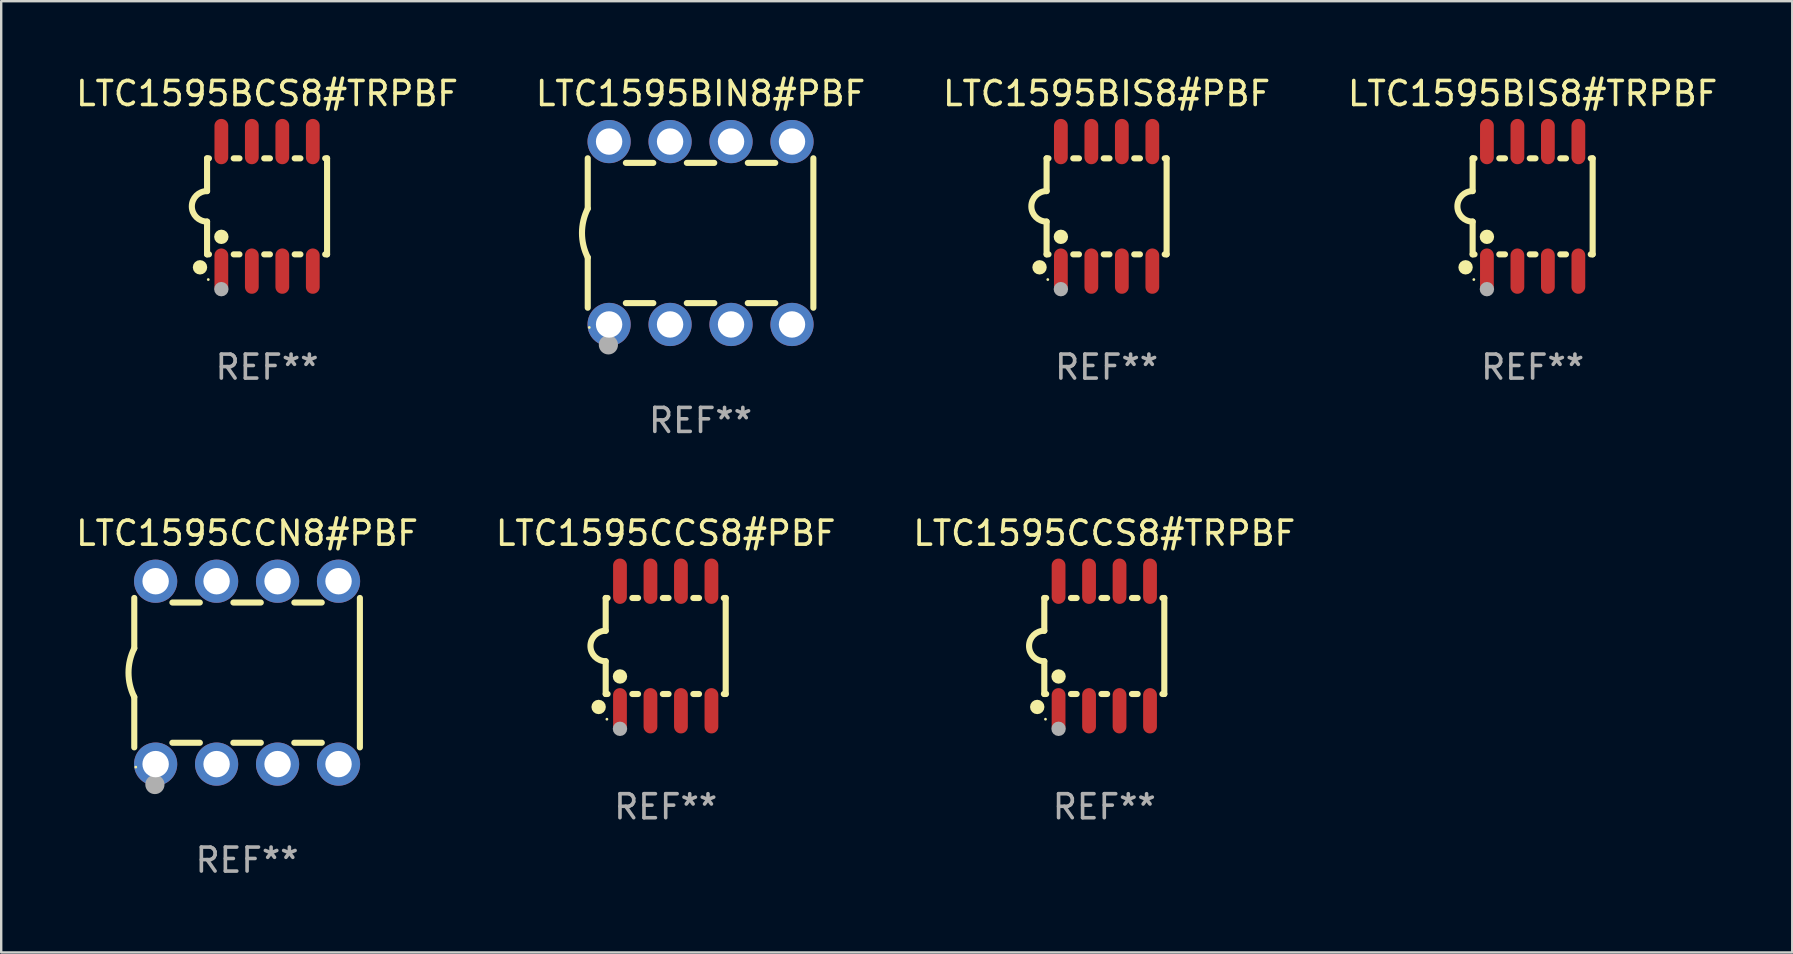
<source format=kicad_pcb>
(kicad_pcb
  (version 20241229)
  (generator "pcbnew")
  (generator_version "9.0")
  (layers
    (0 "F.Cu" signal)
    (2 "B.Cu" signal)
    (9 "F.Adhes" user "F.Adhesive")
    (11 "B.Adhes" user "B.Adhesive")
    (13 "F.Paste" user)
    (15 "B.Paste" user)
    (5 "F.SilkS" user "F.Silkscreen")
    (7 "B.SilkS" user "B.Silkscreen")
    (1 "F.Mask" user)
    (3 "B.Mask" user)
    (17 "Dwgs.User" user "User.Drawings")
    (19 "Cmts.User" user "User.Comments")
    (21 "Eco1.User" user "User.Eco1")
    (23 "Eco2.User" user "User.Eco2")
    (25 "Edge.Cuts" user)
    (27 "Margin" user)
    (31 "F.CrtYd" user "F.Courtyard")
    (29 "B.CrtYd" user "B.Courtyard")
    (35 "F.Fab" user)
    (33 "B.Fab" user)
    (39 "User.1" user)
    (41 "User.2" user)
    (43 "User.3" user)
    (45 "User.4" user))
  (footprint "LTC1595CCS8#TRPBF"
    (layer "F.Cu")
    (at 42.958 23.864)
    (property "Reference" "LTC1595CCS8#TRPBF" (at 0 -4.699 0) (layer "F.SilkS") (effects (font (size 1 1) (thickness 0.15))))
    (attr through_hole)
    (fp_line (start -2.5 -2) (end -2.5 -0.635) (stroke (width 0.254) (type solid)) (layer "F.SilkS"))
    (fp_line (start -2.5 -2) (end -2.421 -2) (stroke (width 0.254) (type solid)) (layer "F.SilkS"))
    (fp_line (start -2.5 2) (end -2.5 0.635) (stroke (width 0.254) (type solid)) (layer "F.SilkS"))
    (fp_line (start -2.5 2) (end -2.421 2) (stroke (width 0.254) (type solid)) (layer "F.SilkS"))
    (fp_line (start -1.389 -2) (end -1.151 -2) (stroke (width 0.254) (type solid)) (layer "F.SilkS"))
    (fp_line (start -1.389 2) (end -1.151 2) (stroke (width 0.254) (type solid)) (layer "F.SilkS"))
    (fp_line (start -0.119 -2) (end 0.119 -2) (stroke (width 0.254) (type solid)) (layer "F.SilkS"))
    (fp_line (start -0.119 2) (end 0.119 2) (stroke (width 0.254) (type solid)) (layer "F.SilkS"))
    (fp_line (start 1.151 -2) (end 1.389 -2) (stroke (width 0.254) (type solid)) (layer "F.SilkS"))
    (fp_line (start 1.151 2) (end 1.389 2) (stroke (width 0.254) (type solid)) (layer "F.SilkS"))
    (fp_line (start 2.421 -2) (end 2.5 -2) (stroke (width 0.254) (type solid)) (layer "F.SilkS"))
    (fp_line (start 2.421 2) (end 2.5 2) (stroke (width 0.254) (type solid)) (layer "F.SilkS"))
    (fp_line (start 2.5 -2) (end 2.5 2) (stroke (width 0.254) (type solid)) (layer "F.SilkS"))
    (fp_arc (start -2.5 0.635001) (mid -3.134366 -0.000318) (end -2.499365 -0.635001) (stroke (width 0.254001) (type solid)) (layer "F.SilkS"))
    (fp_circle (center -2.794 2.54) (end -2.644 2.54) (stroke (width 0.3) (type solid)) (fill no) (layer "F.SilkS"))
    (fp_circle (center -2.45 3.05) (end -2.42 3.05) (stroke (width 0.06) (type solid)) (fill no) (layer "F.SilkS"))
    (fp_circle (center -1.905 1.27) (end -1.755 1.27) (stroke (width 0.3) (type solid)) (fill no) (layer "F.SilkS"))
    (fp_circle (center -1.905 3.45) (end -1.755 3.45) (stroke (width 0.3) (type solid)) (fill no) (layer "F.Fab"))
    (fp_text user "REF**" (at 0 6.699 0) (layer "F.Fab") (effects (font (size 1 1) (thickness 0.15))))
    (pad "1" smd oval (at -1.905 2.699) (size 0.574 1.888) (layers "F.Cu" "F.Mask" "F.Paste"))
    (pad "2" smd oval (at -0.635 2.699) (size 0.574 1.888) (layers "F.Cu" "F.Mask" "F.Paste"))
    (pad "3" smd oval (at 0.635 2.699) (size 0.574 1.888) (layers "F.Cu" "F.Mask" "F.Paste"))
    (pad "4" smd oval (at 1.905 2.699) (size 0.574 1.888) (layers "F.Cu" "F.Mask" "F.Paste"))
    (pad "5" smd oval (at 1.905 -2.699) (size 0.574 1.888) (layers "F.Cu" "F.Mask" "F.Paste"))
    (pad "6" smd oval (at 0.635 -2.699) (size 0.574 1.888) (layers "F.Cu" "F.Mask" "F.Paste"))
    (pad "7" smd oval (at -0.635 -2.699) (size 0.574 1.888) (layers "F.Cu" "F.Mask" "F.Paste"))
    (pad "8" smd oval (at -1.905 -2.699) (size 0.574 1.888) (layers "F.Cu" "F.Mask" "F.Paste")))
  (footprint "LTC1595BCS8#TRPBF"
    (layer "F.Cu")
    (at 8.077 5.547)
    (property "Reference" "LTC1595BCS8#TRPBF" (at 0 -4.699 0) (layer "F.SilkS") (effects (font (size 1 1) (thickness 0.15))))
    (attr through_hole)
    (fp_line (start -2.5 -2) (end -2.5 -0.635) (stroke (width 0.254) (type solid)) (layer "F.SilkS"))
    (fp_line (start -2.5 -2) (end -2.421 -2) (stroke (width 0.254) (type solid)) (layer "F.SilkS"))
    (fp_line (start -2.5 2) (end -2.5 0.635) (stroke (width 0.254) (type solid)) (layer "F.SilkS"))
    (fp_line (start -2.5 2) (end -2.421 2) (stroke (width 0.254) (type solid)) (layer "F.SilkS"))
    (fp_line (start -1.389 -2) (end -1.151 -2) (stroke (width 0.254) (type solid)) (layer "F.SilkS"))
    (fp_line (start -1.389 2) (end -1.151 2) (stroke (width 0.254) (type solid)) (layer "F.SilkS"))
    (fp_line (start -0.119 -2) (end 0.119 -2) (stroke (width 0.254) (type solid)) (layer "F.SilkS"))
    (fp_line (start -0.119 2) (end 0.119 2) (stroke (width 0.254) (type solid)) (layer "F.SilkS"))
    (fp_line (start 1.151 -2) (end 1.389 -2) (stroke (width 0.254) (type solid)) (layer "F.SilkS"))
    (fp_line (start 1.151 2) (end 1.389 2) (stroke (width 0.254) (type solid)) (layer "F.SilkS"))
    (fp_line (start 2.421 -2) (end 2.5 -2) (stroke (width 0.254) (type solid)) (layer "F.SilkS"))
    (fp_line (start 2.421 2) (end 2.5 2) (stroke (width 0.254) (type solid)) (layer "F.SilkS"))
    (fp_line (start 2.5 -2) (end 2.5 2) (stroke (width 0.254) (type solid)) (layer "F.SilkS"))
    (fp_arc (start -2.5 0.635001) (mid -3.134366 -0.000318) (end -2.499365 -0.635001) (stroke (width 0.254001) (type solid)) (layer "F.SilkS"))
    (fp_circle (center -2.794 2.54) (end -2.644 2.54) (stroke (width 0.3) (type solid)) (fill no) (layer "F.SilkS"))
    (fp_circle (center -2.45 3.05) (end -2.42 3.05) (stroke (width 0.06) (type solid)) (fill no) (layer "F.SilkS"))
    (fp_circle (center -1.905 1.27) (end -1.755 1.27) (stroke (width 0.3) (type solid)) (fill no) (layer "F.SilkS"))
    (fp_circle (center -1.905 3.45) (end -1.755 3.45) (stroke (width 0.3) (type solid)) (fill no) (layer "F.Fab"))
    (fp_text user "REF**" (at 0 6.699 0) (layer "F.Fab") (effects (font (size 1 1) (thickness 0.15))))
    (pad "1" smd oval (at -1.905 2.699) (size 0.574 1.888) (layers "F.Cu" "F.Mask" "F.Paste"))
    (pad "2" smd oval (at -0.635 2.699) (size 0.574 1.888) (layers "F.Cu" "F.Mask" "F.Paste"))
    (pad "3" smd oval (at 0.635 2.699) (size 0.574 1.888) (layers "F.Cu" "F.Mask" "F.Paste"))
    (pad "4" smd oval (at 1.905 2.699) (size 0.574 1.888) (layers "F.Cu" "F.Mask" "F.Paste"))
    (pad "5" smd oval (at 1.905 -2.699) (size 0.574 1.888) (layers "F.Cu" "F.Mask" "F.Paste"))
    (pad "6" smd oval (at 0.635 -2.699) (size 0.574 1.888) (layers "F.Cu" "F.Mask" "F.Paste"))
    (pad "7" smd oval (at -0.635 -2.699) (size 0.574 1.888) (layers "F.Cu" "F.Mask" "F.Paste"))
    (pad "8" smd oval (at -1.905 -2.699) (size 0.574 1.888) (layers "F.Cu" "F.Mask" "F.Paste")))
  (footprint "LTC1595BIN8#PBF"
    (layer "F.Cu")
    (at 26.137 6.658)
    (property "Reference" "LTC1595BIN8#PBF" (at 0 -5.81 0) (layer "F.SilkS") (effects (font (size 1 1) (thickness 0.15))))
    (attr through_hole)
    (fp_line (start -4.7 -1.017) (end -4.7 -3.113) (stroke (width 0.254) (type solid)) (layer "F.SilkS"))
    (fp_line (start -4.7 1.015) (end -4.7 3.113) (stroke (width 0.254) (type solid)) (layer "F.SilkS"))
    (fp_line (start -3.113 2.92) (end -1.967 2.92) (stroke (width 0.254) (type solid)) (layer "F.SilkS"))
    (fp_line (start -3.111 -2.922) (end -1.969 -2.922) (stroke (width 0.254) (type solid)) (layer "F.SilkS"))
    (fp_line (start -0.573 2.92) (end 0.573 2.92) (stroke (width 0.254) (type solid)) (layer "F.SilkS"))
    (fp_line (start -0.571 -2.922) (end 0.571 -2.922) (stroke (width 0.254) (type solid)) (layer "F.SilkS"))
    (fp_line (start 1.967 2.92) (end 3.113 2.92) (stroke (width 0.254) (type solid)) (layer "F.SilkS"))
    (fp_line (start 1.969 -2.922) (end 3.111 -2.922) (stroke (width 0.254) (type solid)) (layer "F.SilkS"))
    (fp_line (start 4.7 -3.113) (end 4.7 3.113) (stroke (width 0.254) (type solid)) (layer "F.SilkS"))
    (fp_arc (start -4.7 1.01524) (mid -4.939846 -0.000762) (end -4.7 -1.016764) (stroke (width 0.254001) (type solid)) (layer "F.SilkS"))
    (fp_circle (center -4.636 3.935) (end -4.606 3.935) (stroke (width 0.06) (type solid)) (fill no) (layer "F.SilkS"))
    (fp_circle (center -3.84 4.66) (end -3.64 4.66) (stroke (width 0.4) (type solid)) (fill no) (layer "F.Fab"))
    (fp_text user "REF**" (at 0 7.81 0) (layer "F.Fab") (effects (font (size 1 1) (thickness 0.15))))
    (pad "1" thru_hole circle (at -3.81 3.81) (size 1.8 1.8) (drill 1.1) (layers "*.Cu" "*.Mask"))
    (pad "2" thru_hole circle (at -1.27 3.81) (size 1.8 1.8) (drill 1.1) (layers "*.Cu" "*.Mask"))
    (pad "3" thru_hole circle (at 1.27 3.81) (size 1.8 1.8) (drill 1.1) (layers "*.Cu" "*.Mask"))
    (pad "4" thru_hole circle (at 3.81 3.81) (size 1.8 1.8) (drill 1.1) (layers "*.Cu" "*.Mask"))
    (pad "5" thru_hole circle (at 3.81 -3.81) (size 1.8 1.8) (drill 1.1) (layers "*.Cu" "*.Mask"))
    (pad "6" thru_hole circle (at 1.27 -3.81) (size 1.8 1.8) (drill 1.1) (layers "*.Cu" "*.Mask"))
    (pad "7" thru_hole circle (at -1.27 -3.81) (size 1.8 1.8) (drill 1.1) (layers "*.Cu" "*.Mask"))
    (pad "8" thru_hole circle (at -3.81 -3.81) (size 1.8 1.8) (drill 1.1) (layers "*.Cu" "*.Mask")))
  (footprint "LTC1595CCN8#PBF"
    (layer "F.Cu")
    (at 7.244 24.975)
    (property "Reference" "LTC1595CCN8#PBF" (at 0 -5.81 0) (layer "F.SilkS") (effects (font (size 1 1) (thickness 0.15))))
    (attr through_hole)
    (fp_line (start -4.7 -1.017) (end -4.7 -3.113) (stroke (width 0.254) (type solid)) (layer "F.SilkS"))
    (fp_line (start -4.7 1.015) (end -4.7 3.113) (stroke (width 0.254) (type solid)) (layer "F.SilkS"))
    (fp_line (start -3.113 2.92) (end -1.967 2.92) (stroke (width 0.254) (type solid)) (layer "F.SilkS"))
    (fp_line (start -3.111 -2.922) (end -1.969 -2.922) (stroke (width 0.254) (type solid)) (layer "F.SilkS"))
    (fp_line (start -0.573 2.92) (end 0.573 2.92) (stroke (width 0.254) (type solid)) (layer "F.SilkS"))
    (fp_line (start -0.571 -2.922) (end 0.571 -2.922) (stroke (width 0.254) (type solid)) (layer "F.SilkS"))
    (fp_line (start 1.967 2.92) (end 3.113 2.92) (stroke (width 0.254) (type solid)) (layer "F.SilkS"))
    (fp_line (start 1.969 -2.922) (end 3.111 -2.922) (stroke (width 0.254) (type solid)) (layer "F.SilkS"))
    (fp_line (start 4.7 -3.113) (end 4.7 3.113) (stroke (width 0.254) (type solid)) (layer "F.SilkS"))
    (fp_arc (start -4.7 1.01524) (mid -4.939846 -0.000762) (end -4.7 -1.016764) (stroke (width 0.254001) (type solid)) (layer "F.SilkS"))
    (fp_circle (center -4.636 3.935) (end -4.606 3.935) (stroke (width 0.06) (type solid)) (fill no) (layer "F.SilkS"))
    (fp_circle (center -3.84 4.66) (end -3.64 4.66) (stroke (width 0.4) (type solid)) (fill no) (layer "F.Fab"))
    (fp_text user "REF**" (at 0 7.81 0) (layer "F.Fab") (effects (font (size 1 1) (thickness 0.15))))
    (pad "1" thru_hole circle (at -3.81 3.81) (size 1.8 1.8) (drill 1.1) (layers "*.Cu" "*.Mask"))
    (pad "2" thru_hole circle (at -1.27 3.81) (size 1.8 1.8) (drill 1.1) (layers "*.Cu" "*.Mask"))
    (pad "3" thru_hole circle (at 1.27 3.81) (size 1.8 1.8) (drill 1.1) (layers "*.Cu" "*.Mask"))
    (pad "4" thru_hole circle (at 3.81 3.81) (size 1.8 1.8) (drill 1.1) (layers "*.Cu" "*.Mask"))
    (pad "5" thru_hole circle (at 3.81 -3.81) (size 1.8 1.8) (drill 1.1) (layers "*.Cu" "*.Mask"))
    (pad "6" thru_hole circle (at 1.27 -3.81) (size 1.8 1.8) (drill 1.1) (layers "*.Cu" "*.Mask"))
    (pad "7" thru_hole circle (at -1.27 -3.81) (size 1.8 1.8) (drill 1.1) (layers "*.Cu" "*.Mask"))
    (pad "8" thru_hole circle (at -3.81 -3.81) (size 1.8 1.8) (drill 1.1) (layers "*.Cu" "*.Mask")))
  (footprint "LTC1595BIS8#PBF"
    (layer "F.Cu")
    (at 43.054 5.547)
    (property "Reference" "LTC1595BIS8#PBF" (at 0 -4.699 0) (layer "F.SilkS") (effects (font (size 1 1) (thickness 0.15))))
    (attr through_hole)
    (fp_line (start -2.5 -2) (end -2.5 -0.635) (stroke (width 0.254) (type solid)) (layer "F.SilkS"))
    (fp_line (start -2.5 -2) (end -2.421 -2) (stroke (width 0.254) (type solid)) (layer "F.SilkS"))
    (fp_line (start -2.5 2) (end -2.5 0.635) (stroke (width 0.254) (type solid)) (layer "F.SilkS"))
    (fp_line (start -2.5 2) (end -2.421 2) (stroke (width 0.254) (type solid)) (layer "F.SilkS"))
    (fp_line (start -1.389 -2) (end -1.151 -2) (stroke (width 0.254) (type solid)) (layer "F.SilkS"))
    (fp_line (start -1.389 2) (end -1.151 2) (stroke (width 0.254) (type solid)) (layer "F.SilkS"))
    (fp_line (start -0.119 -2) (end 0.119 -2) (stroke (width 0.254) (type solid)) (layer "F.SilkS"))
    (fp_line (start -0.119 2) (end 0.119 2) (stroke (width 0.254) (type solid)) (layer "F.SilkS"))
    (fp_line (start 1.151 -2) (end 1.389 -2) (stroke (width 0.254) (type solid)) (layer "F.SilkS"))
    (fp_line (start 1.151 2) (end 1.389 2) (stroke (width 0.254) (type solid)) (layer "F.SilkS"))
    (fp_line (start 2.421 -2) (end 2.5 -2) (stroke (width 0.254) (type solid)) (layer "F.SilkS"))
    (fp_line (start 2.421 2) (end 2.5 2) (stroke (width 0.254) (type solid)) (layer "F.SilkS"))
    (fp_line (start 2.5 -2) (end 2.5 2) (stroke (width 0.254) (type solid)) (layer "F.SilkS"))
    (fp_arc (start -2.5 0.635001) (mid -3.134366 -0.000318) (end -2.499365 -0.635001) (stroke (width 0.254001) (type solid)) (layer "F.SilkS"))
    (fp_circle (center -2.794 2.54) (end -2.644 2.54) (stroke (width 0.3) (type solid)) (fill no) (layer "F.SilkS"))
    (fp_circle (center -2.45 3.05) (end -2.42 3.05) (stroke (width 0.06) (type solid)) (fill no) (layer "F.SilkS"))
    (fp_circle (center -1.905 1.27) (end -1.755 1.27) (stroke (width 0.3) (type solid)) (fill no) (layer "F.SilkS"))
    (fp_circle (center -1.905 3.45) (end -1.755 3.45) (stroke (width 0.3) (type solid)) (fill no) (layer "F.Fab"))
    (fp_text user "REF**" (at 0 6.699 0) (layer "F.Fab") (effects (font (size 1 1) (thickness 0.15))))
    (pad "1" smd oval (at -1.905 2.699) (size 0.574 1.888) (layers "F.Cu" "F.Mask" "F.Paste"))
    (pad "2" smd oval (at -0.635 2.699) (size 0.574 1.888) (layers "F.Cu" "F.Mask" "F.Paste"))
    (pad "3" smd oval (at 0.635 2.699) (size 0.574 1.888) (layers "F.Cu" "F.Mask" "F.Paste"))
    (pad "4" smd oval (at 1.905 2.699) (size 0.574 1.888) (layers "F.Cu" "F.Mask" "F.Paste"))
    (pad "5" smd oval (at 1.905 -2.699) (size 0.574 1.888) (layers "F.Cu" "F.Mask" "F.Paste"))
    (pad "6" smd oval (at 0.635 -2.699) (size 0.574 1.888) (layers "F.Cu" "F.Mask" "F.Paste"))
    (pad "7" smd oval (at -0.635 -2.699) (size 0.574 1.888) (layers "F.Cu" "F.Mask" "F.Paste"))
    (pad "8" smd oval (at -1.905 -2.699) (size 0.574 1.888) (layers "F.Cu" "F.Mask" "F.Paste")))
  (footprint "LTC1595BIS8#TRPBF"
    (layer "F.Cu")
    (at 60.804 5.547)
    (property "Reference" "LTC1595BIS8#TRPBF" (at 0 -4.699 0) (layer "F.SilkS") (effects (font (size 1 1) (thickness 0.15))))
    (attr through_hole)
    (fp_line (start -2.5 -2) (end -2.5 -0.635) (stroke (width 0.254) (type solid)) (layer "F.SilkS"))
    (fp_line (start -2.5 -2) (end -2.421 -2) (stroke (width 0.254) (type solid)) (layer "F.SilkS"))
    (fp_line (start -2.5 2) (end -2.5 0.635) (stroke (width 0.254) (type solid)) (layer "F.SilkS"))
    (fp_line (start -2.5 2) (end -2.421 2) (stroke (width 0.254) (type solid)) (layer "F.SilkS"))
    (fp_line (start -1.389 -2) (end -1.151 -2) (stroke (width 0.254) (type solid)) (layer "F.SilkS"))
    (fp_line (start -1.389 2) (end -1.151 2) (stroke (width 0.254) (type solid)) (layer "F.SilkS"))
    (fp_line (start -0.119 -2) (end 0.119 -2) (stroke (width 0.254) (type solid)) (layer "F.SilkS"))
    (fp_line (start -0.119 2) (end 0.119 2) (stroke (width 0.254) (type solid)) (layer "F.SilkS"))
    (fp_line (start 1.151 -2) (end 1.389 -2) (stroke (width 0.254) (type solid)) (layer "F.SilkS"))
    (fp_line (start 1.151 2) (end 1.389 2) (stroke (width 0.254) (type solid)) (layer "F.SilkS"))
    (fp_line (start 2.421 -2) (end 2.5 -2) (stroke (width 0.254) (type solid)) (layer "F.SilkS"))
    (fp_line (start 2.421 2) (end 2.5 2) (stroke (width 0.254) (type solid)) (layer "F.SilkS"))
    (fp_line (start 2.5 -2) (end 2.5 2) (stroke (width 0.254) (type solid)) (layer "F.SilkS"))
    (fp_arc (start -2.5 0.635001) (mid -3.134366 -0.000318) (end -2.499365 -0.635001) (stroke (width 0.254001) (type solid)) (layer "F.SilkS"))
    (fp_circle (center -2.794 2.54) (end -2.644 2.54) (stroke (width 0.3) (type solid)) (fill no) (layer "F.SilkS"))
    (fp_circle (center -2.45 3.05) (end -2.42 3.05) (stroke (width 0.06) (type solid)) (fill no) (layer "F.SilkS"))
    (fp_circle (center -1.905 1.27) (end -1.755 1.27) (stroke (width 0.3) (type solid)) (fill no) (layer "F.SilkS"))
    (fp_circle (center -1.905 3.45) (end -1.755 3.45) (stroke (width 0.3) (type solid)) (fill no) (layer "F.Fab"))
    (fp_text user "REF**" (at 0 6.699 0) (layer "F.Fab") (effects (font (size 1 1) (thickness 0.15))))
    (pad "1" smd oval (at -1.905 2.699) (size 0.574 1.888) (layers "F.Cu" "F.Mask" "F.Paste"))
    (pad "2" smd oval (at -0.635 2.699) (size 0.574 1.888) (layers "F.Cu" "F.Mask" "F.Paste"))
    (pad "3" smd oval (at 0.635 2.699) (size 0.574 1.888) (layers "F.Cu" "F.Mask" "F.Paste"))
    (pad "4" smd oval (at 1.905 2.699) (size 0.574 1.888) (layers "F.Cu" "F.Mask" "F.Paste"))
    (pad "5" smd oval (at 1.905 -2.699) (size 0.574 1.888) (layers "F.Cu" "F.Mask" "F.Paste"))
    (pad "6" smd oval (at 0.635 -2.699) (size 0.574 1.888) (layers "F.Cu" "F.Mask" "F.Paste"))
    (pad "7" smd oval (at -0.635 -2.699) (size 0.574 1.888) (layers "F.Cu" "F.Mask" "F.Paste"))
    (pad "8" smd oval (at -1.905 -2.699) (size 0.574 1.888) (layers "F.Cu" "F.Mask" "F.Paste")))
  (footprint "LTC1595CCS8#PBF"
    (layer "F.Cu")
    (at 24.685 23.864)
    (property "Reference" "LTC1595CCS8#PBF" (at 0 -4.699 0) (layer "F.SilkS") (effects (font (size 1 1) (thickness 0.15))))
    (attr through_hole)
    (fp_line (start -2.5 -2) (end -2.5 -0.635) (stroke (width 0.254) (type solid)) (layer "F.SilkS"))
    (fp_line (start -2.5 -2) (end -2.421 -2) (stroke (width 0.254) (type solid)) (layer "F.SilkS"))
    (fp_line (start -2.5 2) (end -2.5 0.635) (stroke (width 0.254) (type solid)) (layer "F.SilkS"))
    (fp_line (start -2.5 2) (end -2.421 2) (stroke (width 0.254) (type solid)) (layer "F.SilkS"))
    (fp_line (start -1.389 -2) (end -1.151 -2) (stroke (width 0.254) (type solid)) (layer "F.SilkS"))
    (fp_line (start -1.389 2) (end -1.151 2) (stroke (width 0.254) (type solid)) (layer "F.SilkS"))
    (fp_line (start -0.119 -2) (end 0.119 -2) (stroke (width 0.254) (type solid)) (layer "F.SilkS"))
    (fp_line (start -0.119 2) (end 0.119 2) (stroke (width 0.254) (type solid)) (layer "F.SilkS"))
    (fp_line (start 1.151 -2) (end 1.389 -2) (stroke (width 0.254) (type solid)) (layer "F.SilkS"))
    (fp_line (start 1.151 2) (end 1.389 2) (stroke (width 0.254) (type solid)) (layer "F.SilkS"))
    (fp_line (start 2.421 -2) (end 2.5 -2) (stroke (width 0.254) (type solid)) (layer "F.SilkS"))
    (fp_line (start 2.421 2) (end 2.5 2) (stroke (width 0.254) (type solid)) (layer "F.SilkS"))
    (fp_line (start 2.5 -2) (end 2.5 2) (stroke (width 0.254) (type solid)) (layer "F.SilkS"))
    (fp_arc (start -2.5 0.635001) (mid -3.134366 -0.000318) (end -2.499365 -0.635001) (stroke (width 0.254001) (type solid)) (layer "F.SilkS"))
    (fp_circle (center -2.794 2.54) (end -2.644 2.54) (stroke (width 0.3) (type solid)) (fill no) (layer "F.SilkS"))
    (fp_circle (center -2.45 3.05) (end -2.42 3.05) (stroke (width 0.06) (type solid)) (fill no) (layer "F.SilkS"))
    (fp_circle (center -1.905 1.27) (end -1.755 1.27) (stroke (width 0.3) (type solid)) (fill no) (layer "F.SilkS"))
    (fp_circle (center -1.905 3.45) (end -1.755 3.45) (stroke (width 0.3) (type solid)) (fill no) (layer "F.Fab"))
    (fp_text user "REF**" (at 0 6.699 0) (layer "F.Fab") (effects (font (size 1 1) (thickness 0.15))))
    (pad "1" smd oval (at -1.905 2.699) (size 0.574 1.888) (layers "F.Cu" "F.Mask" "F.Paste"))
    (pad "2" smd oval (at -0.635 2.699) (size 0.574 1.888) (layers "F.Cu" "F.Mask" "F.Paste"))
    (pad "3" smd oval (at 0.635 2.699) (size 0.574 1.888) (layers "F.Cu" "F.Mask" "F.Paste"))
    (pad "4" smd oval (at 1.905 2.699) (size 0.574 1.888) (layers "F.Cu" "F.Mask" "F.Paste"))
    (pad "5" smd oval (at 1.905 -2.699) (size 0.574 1.888) (layers "F.Cu" "F.Mask" "F.Paste"))
    (pad "6" smd oval (at 0.635 -2.699) (size 0.574 1.888) (layers "F.Cu" "F.Mask" "F.Paste"))
    (pad "7" smd oval (at -0.635 -2.699) (size 0.574 1.888) (layers "F.Cu" "F.Mask" "F.Paste"))
    (pad "8" smd oval (at -1.905 -2.699) (size 0.574 1.888) (layers "F.Cu" "F.Mask" "F.Paste")))
  (gr_rect
    (start -3 -3)
    (end 71.619 36.633)
    (stroke (width 0.1) (type default))
    (fill no)
    (layer "Edge.Cuts")))
</source>
